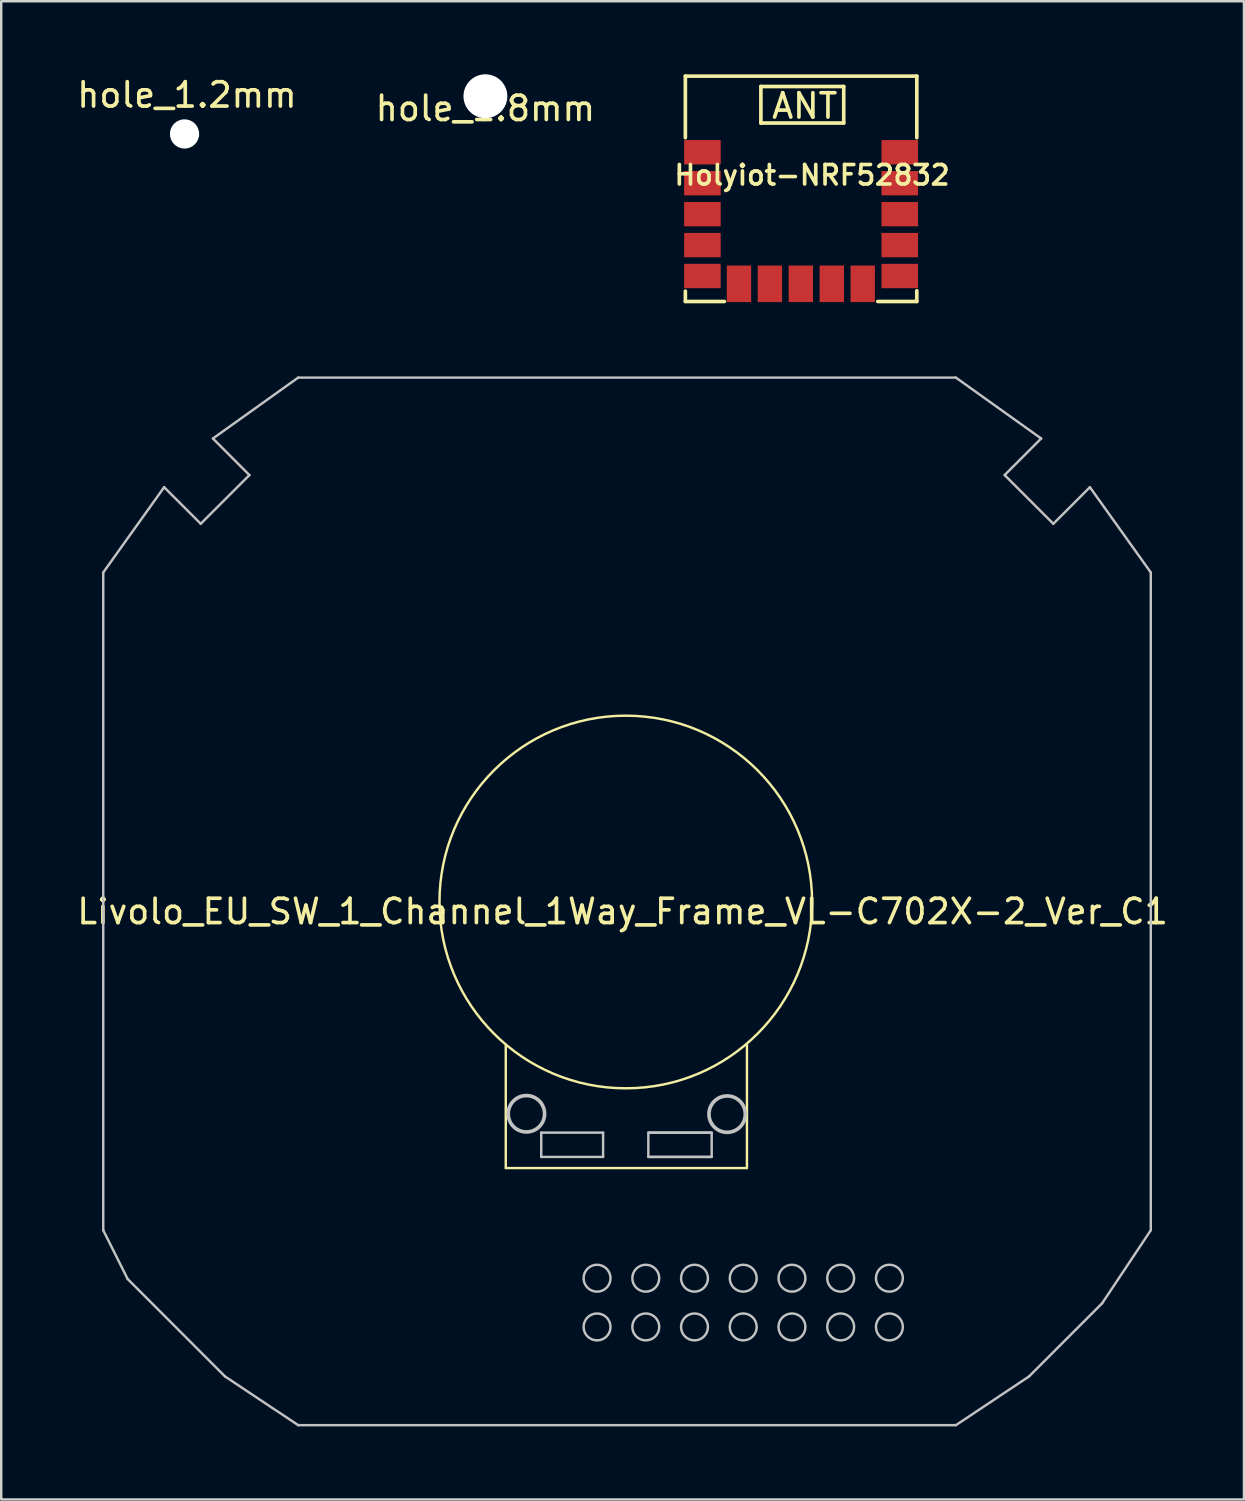
<source format=kicad_pcb>
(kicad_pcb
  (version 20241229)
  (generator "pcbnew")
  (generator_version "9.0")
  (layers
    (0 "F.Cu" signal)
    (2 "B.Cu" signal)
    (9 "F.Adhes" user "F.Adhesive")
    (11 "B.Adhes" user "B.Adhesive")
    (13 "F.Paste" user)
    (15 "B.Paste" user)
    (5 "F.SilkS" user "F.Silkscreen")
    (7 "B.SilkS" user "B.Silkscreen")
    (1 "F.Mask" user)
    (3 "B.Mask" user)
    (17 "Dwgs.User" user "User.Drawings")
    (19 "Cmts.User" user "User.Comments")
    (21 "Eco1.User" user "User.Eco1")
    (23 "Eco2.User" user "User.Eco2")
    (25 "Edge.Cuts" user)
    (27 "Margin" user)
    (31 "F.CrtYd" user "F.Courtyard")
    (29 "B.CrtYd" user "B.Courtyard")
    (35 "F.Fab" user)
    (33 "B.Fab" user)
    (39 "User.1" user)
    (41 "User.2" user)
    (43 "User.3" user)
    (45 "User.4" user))
  (footprint "Holyiot-NRF52832"
    (layer "F.Cu")
    (at 29.883 4.7)
    (property "Reference" "Holyiot-NRF52832" (at 0.4 -0.561 0) (layer "F.SilkS") (effects (font (size 0.8 0.8) (thickness 0.15))))
    (attr through_hole)
    (fp_line (start -4.8 4.625) (end -3.198 4.625) (stroke (width 0.15) (type solid)) (layer "F.SilkS"))
    (fp_line (start -4.8 -4.625) (end 4.7 -4.625) (stroke (width 0.15) (type solid)) (layer "F.SilkS"))
    (fp_line (start -4.8 -4.625) (end -4.8 -2.098) (stroke (width 0.15) (type solid)) (layer "F.SilkS"))
    (fp_line (start -4.8 4.2) (end -4.8 4.625) (stroke (width 0.15) (type solid)) (layer "F.SilkS"))
    (fp_line (start -1.701 -2.7) (end 1.7 -2.7) (stroke (width 0.15) (type solid)) (layer "F.SilkS"))
    (fp_line (start -1.7 -4.2) (end 1.701 -4.2) (stroke (width 0.15) (type solid)) (layer "F.SilkS"))
    (fp_line (start -1.7 -2.7) (end -1.7 -4.2) (stroke (width 0.15) (type solid)) (layer "F.SilkS"))
    (fp_line (start 1.7 -2.7) (end 1.7 -4.2) (stroke (width 0.15) (type solid)) (layer "F.SilkS"))
    (fp_line (start 3.098 4.625) (end 4.7 4.625) (stroke (width 0.15) (type solid)) (layer "F.SilkS"))
    (fp_line (start 4.7 -4.625) (end 4.7 -2.098) (stroke (width 0.15) (type solid)) (layer "F.SilkS"))
    (fp_line (start 4.7 4.188) (end 4.7 4.625) (stroke (width 0.15) (type solid)) (layer "F.SilkS"))
    (fp_poly (pts (xy -4.507 3.848) (xy -4.412 3.879) (xy -4.326 3.92) (xy -4.273 3.959) (xy -4.267 3.982) (xy -4.311 3.998) (xy -4.404 4.009) (xy -4.483 4.011) (xy -4.597 4.009) (xy -4.656 3.997) (xy -4.678 3.966) (xy -4.681 3.923) (xy -4.666 3.856) (xy -4.607 3.835) (xy -4.591 3.835) (xy -4.507 3.848)) (stroke (width 0.01) (type solid)) (fill no) (layer "Eco2.User"))
    (fp_text user "ANT" (at 0.1 -3.4 0) (layer "F.SilkS") (effects (font (size 1 1) (thickness 0.15))))
    (pad "1" smd rect (at 4 -1.5) (size 1.5 1) (layers "F.Cu" "F.Mask" "F.Paste"))
    (pad "2" smd rect (at 4 -0.23) (size 1.5 1) (layers "F.Cu" "F.Mask" "F.Paste"))
    (pad "3" smd rect (at 4 1.04) (size 1.5 1) (layers "F.Cu" "F.Mask" "F.Paste"))
    (pad "4" smd rect (at 4 2.31) (size 1.5 1) (layers "F.Cu" "F.Mask" "F.Paste"))
    (pad "5" smd rect (at 4 3.58) (size 1.5 1) (layers "F.Cu" "F.Mask" "F.Paste"))
    (pad "6" smd rect (at 2.48 3.9 90) (size 1.5 1) (layers "F.Cu" "F.Mask" "F.Paste"))
    (pad "7" smd rect (at 1.21 3.9 90) (size 1.5 1) (layers "F.Cu" "F.Mask" "F.Paste"))
    (pad "8" smd rect (at -0.06 3.9 90) (size 1.5 1) (layers "F.Cu" "F.Mask" "F.Paste"))
    (pad "9" smd rect (at -1.33 3.9 90) (size 1.5 1) (layers "F.Cu" "F.Mask" "F.Paste"))
    (pad "10" smd rect (at -2.6 3.9 90) (size 1.5 1) (layers "F.Cu" "F.Mask" "F.Paste"))
    (pad "11" smd rect (at -4.1 3.58) (size 1.5 1) (layers "F.Cu" "F.Mask" "F.Paste"))
    (pad "12" smd rect (at -4.1 2.31) (size 1.5 1) (layers "F.Cu" "F.Mask" "F.Paste"))
    (pad "13" smd rect (at -4.1 1.04) (size 1.5 1) (layers "F.Cu" "F.Mask" "F.Paste"))
    (pad "14" smd rect (at -4.1 -0.23) (size 1.5 1) (layers "F.Cu" "F.Mask" "F.Paste"))
    (pad "15" smd rect (at -4.1 -1.5) (size 1.5 1) (layers "F.Cu" "F.Mask" "F.Paste")))
  (footprint "Livolo_EU_SW_1_Channel_1Way_Frame_VL-C702X-2_Ver_C1"
    (layer "F.Cu")
    (at 22.806 33.865)
    (property "Reference" "Livolo_EU_SW_1_Channel_1Way_Frame_VL-C702X-2_Ver_C1" (at -0.3 0.5 0) (layer "F.SilkS") (effects (font (size 1 1) (thickness 0.15))))
    (attr through_hole)
    (fp_line (start -5.095 11.03) (end -5.095 5.975) (stroke (width 0.1) (type solid)) (layer "F.SilkS"))
    (fp_line (start 4.8 11.032) (end -5.09 11.032) (stroke (width 0.1) (type solid)) (layer "F.SilkS"))
    (fp_line (start 4.805 11.03) (end 4.805 5.975) (stroke (width 0.1) (type solid)) (layer "F.SilkS"))
    (fp_circle (center -0.169 0.11) (end 7.475 -0.125) (stroke (width 0.1) (type solid)) (fill no) (layer "F.SilkS"))
    (fp_line (start -21.618 -13.416) (end -19.119 -16.916) (stroke (width 0.1) (type solid)) (layer "Dwgs.User"))
    (fp_line (start -21.618 13.584) (end -21.618 -13.416) (stroke (width 0.1) (type solid)) (layer "Dwgs.User"))
    (fp_line (start -21.618 13.584) (end -20.617 15.585) (stroke (width 0.1) (type solid)) (layer "Dwgs.User"))
    (fp_line (start -20.617 15.585) (end -16.619 19.586) (stroke (width 0.1) (type solid)) (layer "Dwgs.User"))
    (fp_line (start -19.119 -16.916) (end -17.617 -15.415) (stroke (width 0.1) (type solid)) (layer "Dwgs.User"))
    (fp_line (start -17.617 -15.415) (end -15.618 -17.414) (stroke (width 0.1) (type solid)) (layer "Dwgs.User"))
    (fp_line (start -17.117 -18.915) (end -13.617 -21.415) (stroke (width 0.1) (type solid)) (layer "Dwgs.User"))
    (fp_line (start -16.619 19.586) (end -13.617 21.585) (stroke (width 0.1) (type solid)) (layer "Dwgs.User"))
    (fp_line (start -15.618 -17.414) (end -17.117 -18.915) (stroke (width 0.1) (type solid)) (layer "Dwgs.User"))
    (fp_line (start -13.617 -21.415) (end 13.381 -21.415) (stroke (width 0.1) (type solid)) (layer "Dwgs.User"))
    (fp_line (start -13.617 21.585) (end 13.381 21.585) (stroke (width 0.1) (type solid)) (layer "Dwgs.User"))
    (fp_line (start -3.64 10.575) (end -3.64 9.575) (stroke (width 0.1) (type solid)) (layer "Dwgs.User"))
    (fp_line (start -1.1 9.577) (end -3.64 9.577) (stroke (width 0.1) (type solid)) (layer "Dwgs.User"))
    (fp_line (start -1.1 10.575) (end -3.64 10.575) (stroke (width 0.1) (type solid)) (layer "Dwgs.User"))
    (fp_line (start -1.1 10.575) (end -1.1 9.577) (stroke (width 0.1) (type solid)) (layer "Dwgs.User"))
    (fp_line (start 0.757 10.575) (end 0.757 9.577) (stroke (width 0.1) (type solid)) (layer "Dwgs.User"))
    (fp_line (start 3.297 9.577) (end 0.757 9.577) (stroke (width 0.1) (type solid)) (layer "Dwgs.User"))
    (fp_line (start 3.297 10.575) (end 0.757 10.575) (stroke (width 0.1) (type solid)) (layer "Dwgs.User"))
    (fp_line (start 3.357 9.577) (end 0.817 9.577) (stroke (width 0.1) (type solid)) (layer "Dwgs.User"))
    (fp_line (start 3.357 10.575) (end 0.817 10.575) (stroke (width 0.1) (type solid)) (layer "Dwgs.User"))
    (fp_line (start 3.357 10.575) (end 3.357 9.577) (stroke (width 0.1) (type solid)) (layer "Dwgs.User"))
    (fp_line (start 13.381 -21.415) (end 16.881 -18.915) (stroke (width 0.1) (type solid)) (layer "Dwgs.User"))
    (fp_line (start 13.381 21.585) (end 16.383 19.586) (stroke (width 0.1) (type solid)) (layer "Dwgs.User"))
    (fp_line (start 15.382 -17.414) (end 17.381 -15.415) (stroke (width 0.1) (type solid)) (layer "Dwgs.User"))
    (fp_line (start 16.383 19.586) (end 19.383 16.584) (stroke (width 0.1) (type solid)) (layer "Dwgs.User"))
    (fp_line (start 16.881 -18.915) (end 15.382 -17.414) (stroke (width 0.1) (type solid)) (layer "Dwgs.User"))
    (fp_line (start 17.381 -15.415) (end 18.882 -16.916) (stroke (width 0.1) (type solid)) (layer "Dwgs.User"))
    (fp_line (start 18.882 -16.916) (end 21.382 -13.416) (stroke (width 0.1) (type solid)) (layer "Dwgs.User"))
    (fp_line (start 19.383 16.584) (end 21.382 13.584) (stroke (width 0.1) (type solid)) (layer "Dwgs.User"))
    (fp_line (start 21.382 13.584) (end 21.382 -13.416) (stroke (width 0.1) (type solid)) (layer "Dwgs.User"))
    (fp_circle (center -4.248 8.803) (end -3.546 9.057) (stroke (width 0.15) (type solid)) (fill no) (layer "Dwgs.User"))
    (fp_circle (center -1.348 15.553) (end -0.796 15.553) (stroke (width 0.1) (type solid)) (fill no) (layer "Dwgs.User"))
    (fp_circle (center -1.348 17.553) (end -0.796 17.553) (stroke (width 0.1) (type solid)) (fill no) (layer "Dwgs.User"))
    (fp_circle (center 0.652 15.553) (end 1.204 15.553) (stroke (width 0.1) (type solid)) (fill no) (layer "Dwgs.User"))
    (fp_circle (center 0.652 17.553) (end 1.204 17.553) (stroke (width 0.1) (type solid)) (fill no) (layer "Dwgs.User"))
    (fp_circle (center 2.652 15.553) (end 3.204 15.553) (stroke (width 0.1) (type solid)) (fill no) (layer "Dwgs.User"))
    (fp_circle (center 2.652 17.553) (end 3.204 17.553) (stroke (width 0.1) (type solid)) (fill no) (layer "Dwgs.User"))
    (fp_circle (center 3.992 8.818) (end 4.694 9.072) (stroke (width 0.15) (type solid)) (fill no) (layer "Dwgs.User"))
    (fp_circle (center 4.652 15.553) (end 5.204 15.553) (stroke (width 0.1) (type solid)) (fill no) (layer "Dwgs.User"))
    (fp_circle (center 4.652 17.553) (end 5.204 17.553) (stroke (width 0.1) (type solid)) (fill no) (layer "Dwgs.User"))
    (fp_circle (center 6.652 15.553) (end 7.204 15.553) (stroke (width 0.1) (type solid)) (fill no) (layer "Dwgs.User"))
    (fp_circle (center 6.652 17.553) (end 7.204 17.553) (stroke (width 0.1) (type solid)) (fill no) (layer "Dwgs.User"))
    (fp_circle (center 8.652 15.553) (end 9.204 15.553) (stroke (width 0.1) (type solid)) (fill no) (layer "Dwgs.User"))
    (fp_circle (center 8.652 17.553) (end 9.204 17.553) (stroke (width 0.1) (type solid)) (fill no) (layer "Dwgs.User"))
    (fp_circle (center 10.652 15.553) (end 11.204 15.553) (stroke (width 0.1) (type solid)) (fill no) (layer "Dwgs.User"))
    (fp_circle (center 10.652 17.553) (end 11.204 17.553) (stroke (width 0.1) (type solid)) (fill no) (layer "Dwgs.User")))
  (footprint "hole_1.2mm"
    (layer "F.Cu")
    (at 4.525 2.448)
    (property "Reference" "hole_1.2mm" (at 0.1 -1.6 0) (layer "F.SilkS") (effects (font (size 1 1) (thickness 0.15))))
    (attr through_hole)
    (pad "" np_thru_hole circle (at 0 0) (size 1.2 1.2) (drill 1.2) (layers "*.Cu" "*.Mask")))
  (footprint "hole_1.8mm"
    (layer "F.Cu")
    (at 16.875 0.9)
    (property "Reference" "hole_1.8mm" (at 0 0.5 0) (layer "F.SilkS") (effects (font (size 1 1) (thickness 0.15))))
    (attr through_hole)
    (pad "" np_thru_hole circle (at 0 0) (size 1.8 1.8) (drill 1.8) (layers "*.Cu" "*.Mask")))
  (gr_rect
    (start -3 -3)
    (end 48.012 58.5)
    (stroke (width 0.1) (type default))
    (fill no)
    (layer "Edge.Cuts")))
</source>
